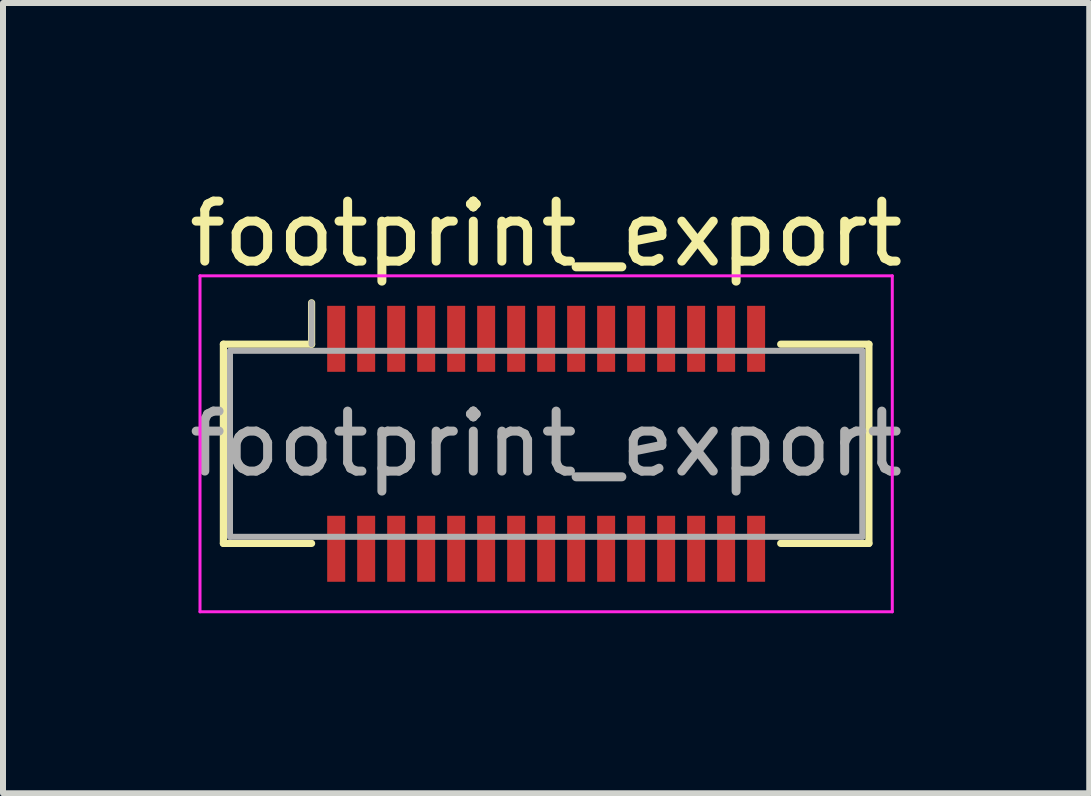
<source format=kicad_pcb>
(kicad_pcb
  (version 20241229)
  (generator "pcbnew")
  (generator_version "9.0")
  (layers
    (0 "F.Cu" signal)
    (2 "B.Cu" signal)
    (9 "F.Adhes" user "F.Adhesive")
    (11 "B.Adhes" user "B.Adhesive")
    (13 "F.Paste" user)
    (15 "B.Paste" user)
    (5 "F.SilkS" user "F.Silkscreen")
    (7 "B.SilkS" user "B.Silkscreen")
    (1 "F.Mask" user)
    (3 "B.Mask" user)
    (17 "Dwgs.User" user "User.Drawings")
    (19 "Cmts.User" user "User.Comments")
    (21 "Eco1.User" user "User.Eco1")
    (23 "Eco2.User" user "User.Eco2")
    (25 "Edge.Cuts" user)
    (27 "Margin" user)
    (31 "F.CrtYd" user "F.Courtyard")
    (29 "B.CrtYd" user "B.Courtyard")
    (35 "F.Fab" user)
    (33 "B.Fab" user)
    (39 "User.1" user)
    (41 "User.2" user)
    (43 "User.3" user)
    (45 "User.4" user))
  (footprint "footprint_export"
    (layer "F.Cu")
    (at 6.054 4.348)
    (property "Reference" "footprint_export" (at 0 -3.5 0) (layer "F.SilkS") (effects (font (size 1 1) (thickness 0.15))))
    (attr smd)
    (fp_line (start -5.38 -1.66) (end -3.91 -1.66) (stroke (width 0.12) (type solid)) (layer "F.SilkS"))
    (fp_line (start -5.38 1.66) (end -5.38 -1.66) (stroke (width 0.12) (type solid)) (layer "F.SilkS"))
    (fp_line (start -3.91 -1.66) (end -3.91 -2.35) (stroke (width 0.12) (type solid)) (layer "F.SilkS"))
    (fp_line (start -3.91 1.66) (end -5.38 1.66) (stroke (width 0.12) (type solid)) (layer "F.SilkS"))
    (fp_line (start 3.91 1.66) (end 5.38 1.66) (stroke (width 0.12) (type solid)) (layer "F.SilkS"))
    (fp_line (start 5.38 -1.66) (end 3.91 -1.66) (stroke (width 0.12) (type solid)) (layer "F.SilkS"))
    (fp_line (start 5.38 1.66) (end 5.38 -1.66) (stroke (width 0.12) (type solid)) (layer "F.SilkS"))
    (fp_line (start -5.77 -2.8) (end -5.77 2.8) (stroke (width 0.05) (type solid)) (layer "F.CrtYd"))
    (fp_line (start -5.77 2.8) (end 5.77 2.8) (stroke (width 0.05) (type solid)) (layer "F.CrtYd"))
    (fp_line (start 5.77 -2.8) (end -5.77 -2.8) (stroke (width 0.05) (type solid)) (layer "F.CrtYd"))
    (fp_line (start 5.77 2.8) (end 5.77 -2.8) (stroke (width 0.05) (type solid)) (layer "F.CrtYd"))
    (fp_line (start -5.27 -1.55) (end -5.27 1.55) (stroke (width 0.1) (type solid)) (layer "F.Fab"))
    (fp_line (start -5.27 1.55) (end 5.27 1.55) (stroke (width 0.1) (type solid)) (layer "F.Fab"))
    (fp_line (start -3.91 -1.66) (end -3.91 -2.35) (stroke (width 0.1) (type solid)) (layer "F.Fab"))
    (fp_line (start 5.27 -1.55) (end -5.27 -1.55) (stroke (width 0.1) (type solid)) (layer "F.Fab"))
    (fp_line (start 5.27 1.55) (end 5.27 -1.55) (stroke (width 0.1) (type solid)) (layer "F.Fab"))
    (fp_text user "${REFERENCE}" (at 0 0 0) (layer "F.Fab") (effects (font (size 1 1) (thickness 0.15))))
    (pad "1" smd rect (at -3.5 -1.75) (size 0.3 1.1) (layers "F.Cu" "F.Mask" "F.Paste"))
    (pad "2" smd rect (at -3.5 1.75) (size 0.3 1.1) (layers "F.Cu" "F.Mask" "F.Paste"))
    (pad "3" smd rect (at -3 -1.75) (size 0.3 1.1) (layers "F.Cu" "F.Mask" "F.Paste"))
    (pad "4" smd rect (at -3 1.75) (size 0.3 1.1) (layers "F.Cu" "F.Mask" "F.Paste"))
    (pad "5" smd rect (at -2.5 -1.75) (size 0.3 1.1) (layers "F.Cu" "F.Mask" "F.Paste"))
    (pad "6" smd rect (at -2.5 1.75) (size 0.3 1.1) (layers "F.Cu" "F.Mask" "F.Paste"))
    (pad "7" smd rect (at -2 -1.75) (size 0.3 1.1) (layers "F.Cu" "F.Mask" "F.Paste"))
    (pad "8" smd rect (at -2 1.75) (size 0.3 1.1) (layers "F.Cu" "F.Mask" "F.Paste"))
    (pad "9" smd rect (at -1.5 -1.75) (size 0.3 1.1) (layers "F.Cu" "F.Mask" "F.Paste"))
    (pad "10" smd rect (at -1.5 1.75) (size 0.3 1.1) (layers "F.Cu" "F.Mask" "F.Paste"))
    (pad "11" smd rect (at -1 -1.75) (size 0.3 1.1) (layers "F.Cu" "F.Mask" "F.Paste"))
    (pad "12" smd rect (at -1 1.75) (size 0.3 1.1) (layers "F.Cu" "F.Mask" "F.Paste"))
    (pad "13" smd rect (at -0.5 -1.75) (size 0.3 1.1) (layers "F.Cu" "F.Mask" "F.Paste"))
    (pad "14" smd rect (at -0.5 1.75) (size 0.3 1.1) (layers "F.Cu" "F.Mask" "F.Paste"))
    (pad "15" smd rect (at 0 -1.75) (size 0.3 1.1) (layers "F.Cu" "F.Mask" "F.Paste"))
    (pad "16" smd rect (at 0 1.75) (size 0.3 1.1) (layers "F.Cu" "F.Mask" "F.Paste"))
    (pad "17" smd rect (at 0.5 -1.75) (size 0.3 1.1) (layers "F.Cu" "F.Mask" "F.Paste"))
    (pad "18" smd rect (at 0.5 1.75) (size 0.3 1.1) (layers "F.Cu" "F.Mask" "F.Paste"))
    (pad "19" smd rect (at 1 -1.75) (size 0.3 1.1) (layers "F.Cu" "F.Mask" "F.Paste"))
    (pad "20" smd rect (at 1 1.75) (size 0.3 1.1) (layers "F.Cu" "F.Mask" "F.Paste"))
    (pad "21" smd rect (at 1.5 -1.75) (size 0.3 1.1) (layers "F.Cu" "F.Mask" "F.Paste"))
    (pad "22" smd rect (at 1.5 1.75) (size 0.3 1.1) (layers "F.Cu" "F.Mask" "F.Paste"))
    (pad "23" smd rect (at 2 -1.75) (size 0.3 1.1) (layers "F.Cu" "F.Mask" "F.Paste"))
    (pad "24" smd rect (at 2 1.75) (size 0.3 1.1) (layers "F.Cu" "F.Mask" "F.Paste"))
    (pad "25" smd rect (at 2.5 -1.75) (size 0.3 1.1) (layers "F.Cu" "F.Mask" "F.Paste"))
    (pad "26" smd rect (at 2.5 1.75) (size 0.3 1.1) (layers "F.Cu" "F.Mask" "F.Paste"))
    (pad "27" smd rect (at 3 -1.75) (size 0.3 1.1) (layers "F.Cu" "F.Mask" "F.Paste"))
    (pad "28" smd rect (at 3 1.75) (size 0.3 1.1) (layers "F.Cu" "F.Mask" "F.Paste"))
    (pad "29" smd rect (at 3.5 -1.75) (size 0.3 1.1) (layers "F.Cu" "F.Mask" "F.Paste"))
    (pad "30" smd rect (at 3.5 1.75) (size 0.3 1.1) (layers "F.Cu" "F.Mask" "F.Paste")))
  (gr_rect
    (start -3 -3)
    (end 15.107 10.173)
    (stroke (width 0.1) (type default))
    (fill no)
    (layer "Edge.Cuts")))
</source>
